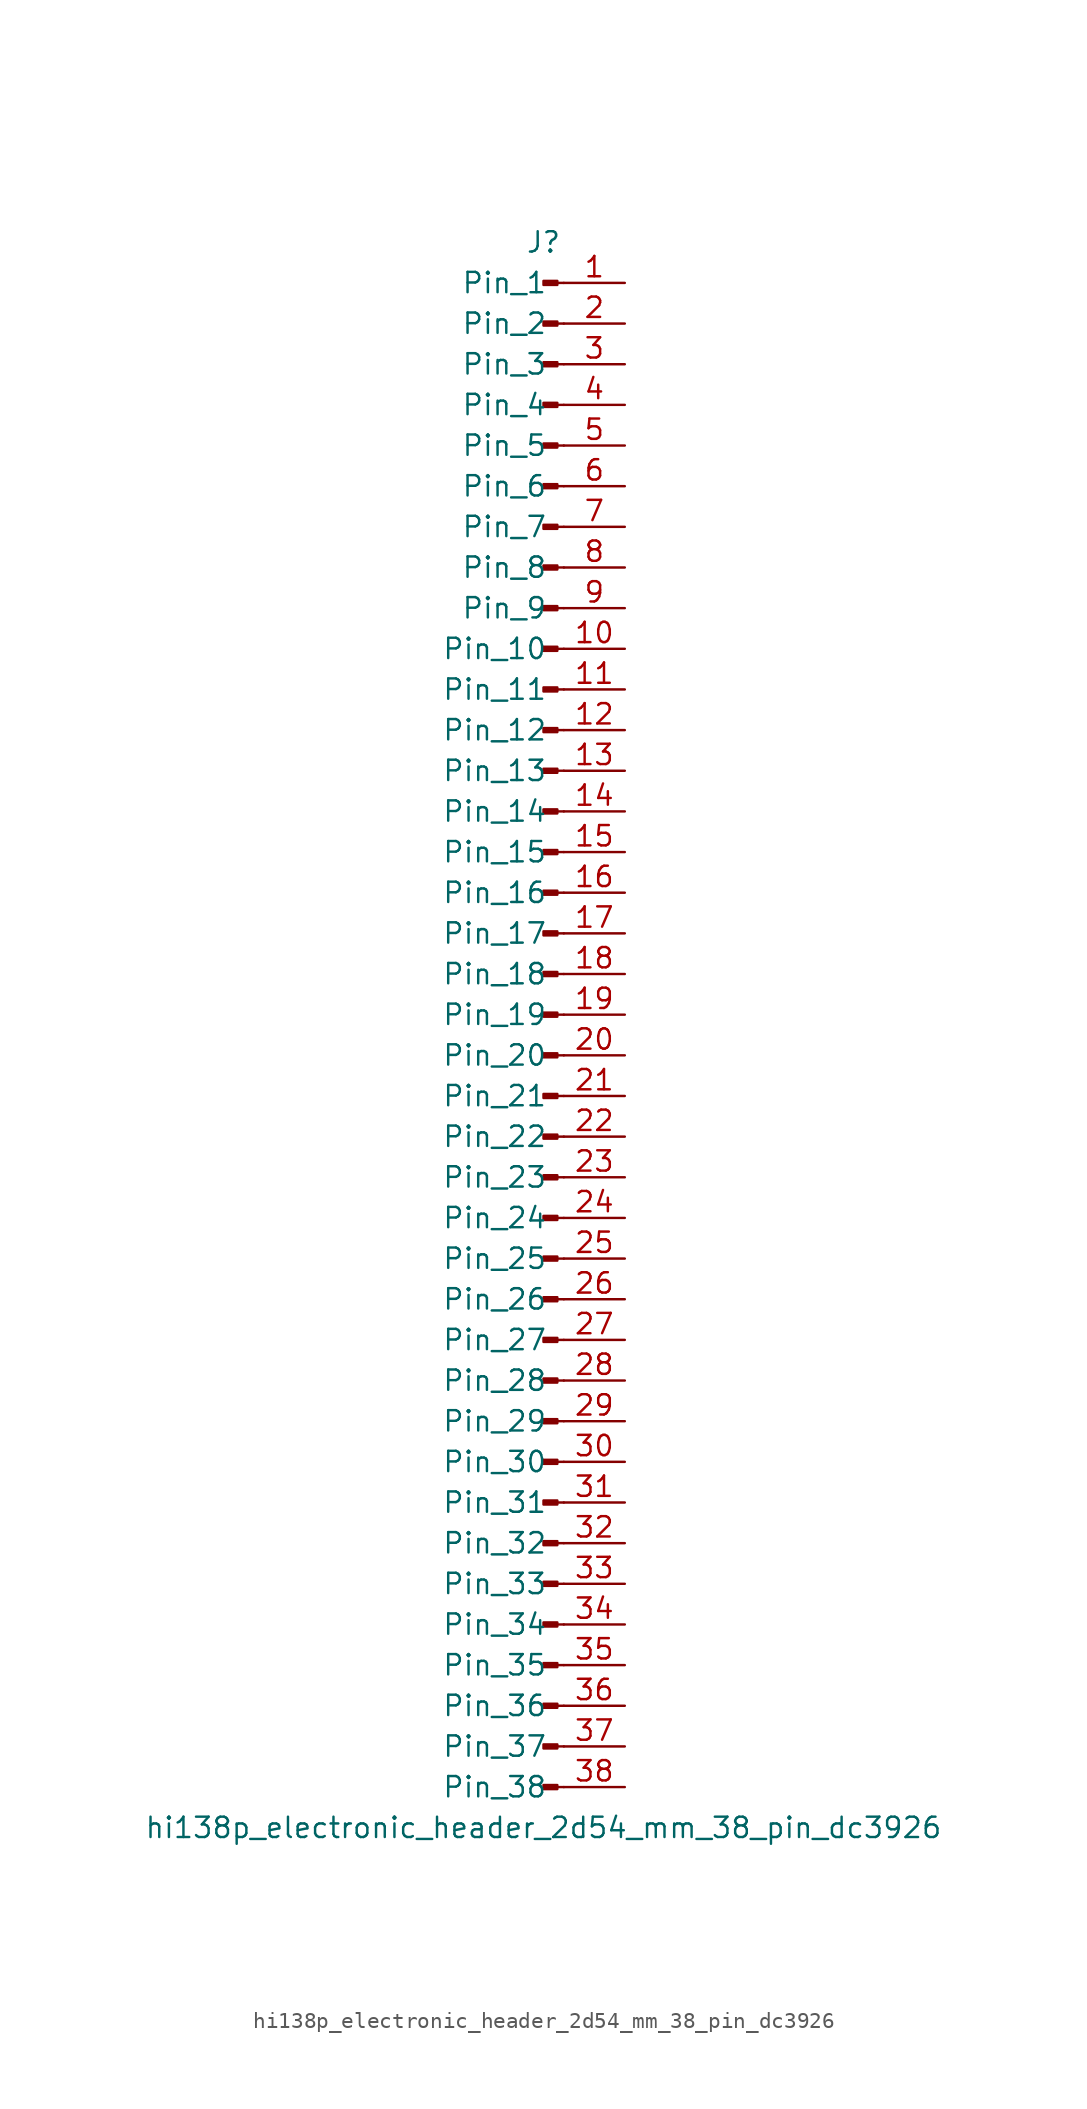
<source format=kicad_sym>
(kicad_symbol_lib
  (version 20220914)
  (generator kicad_symbol_editor)
  (symbol "hi138p_electronic_header_2d54_mm_38_pin_dc3926"
    (pin_names
      (offset 1.016))
    (property "Reference" "J"
      (at 0 48.26 0)
      (effects (font (size 1.27 1.27))))
    (property "Value" "hi138p_electronic_header_2d54_mm_38_pin_dc3926"
      (at 0 -50.8 0)
      (effects (font (size 1.27 1.27))))
    (property "ki_locked" ""
      (at 0 0 0)
      (effects (font (size 1.27 1.27))))
    (symbol "hi138p_electronic_header_2d54_mm_38_pin_dc3926_1_1"
      (polyline (pts (xy 1.27 -48.26) (xy 0.864 -48.26)) (stroke (width 0.152) (type default)) (fill (type none)))
      (polyline (pts (xy 1.27 -45.72) (xy 0.864 -45.72)) (stroke (width 0.152) (type default)) (fill (type none)))
      (polyline (pts (xy 1.27 -43.18) (xy 0.864 -43.18)) (stroke (width 0.152) (type default)) (fill (type none)))
      (polyline (pts (xy 1.27 -40.64) (xy 0.864 -40.64)) (stroke (width 0.152) (type default)) (fill (type none)))
      (polyline (pts (xy 1.27 -38.1) (xy 0.864 -38.1)) (stroke (width 0.152) (type default)) (fill (type none)))
      (polyline (pts (xy 1.27 -35.56) (xy 0.864 -35.56)) (stroke (width 0.152) (type default)) (fill (type none)))
      (polyline (pts (xy 1.27 -33.02) (xy 0.864 -33.02)) (stroke (width 0.152) (type default)) (fill (type none)))
      (polyline (pts (xy 1.27 -30.48) (xy 0.864 -30.48)) (stroke (width 0.152) (type default)) (fill (type none)))
      (polyline (pts (xy 1.27 -27.94) (xy 0.864 -27.94)) (stroke (width 0.152) (type default)) (fill (type none)))
      (polyline (pts (xy 1.27 -25.4) (xy 0.864 -25.4)) (stroke (width 0.152) (type default)) (fill (type none)))
      (polyline (pts (xy 1.27 -22.86) (xy 0.864 -22.86)) (stroke (width 0.152) (type default)) (fill (type none)))
      (polyline (pts (xy 1.27 -20.32) (xy 0.864 -20.32)) (stroke (width 0.152) (type default)) (fill (type none)))
      (polyline (pts (xy 1.27 -17.78) (xy 0.864 -17.78)) (stroke (width 0.152) (type default)) (fill (type none)))
      (polyline (pts (xy 1.27 -15.24) (xy 0.864 -15.24)) (stroke (width 0.152) (type default)) (fill (type none)))
      (polyline (pts (xy 1.27 -12.7) (xy 0.864 -12.7)) (stroke (width 0.152) (type default)) (fill (type none)))
      (polyline (pts (xy 1.27 -10.16) (xy 0.864 -10.16)) (stroke (width 0.152) (type default)) (fill (type none)))
      (polyline (pts (xy 1.27 -7.62) (xy 0.864 -7.62)) (stroke (width 0.152) (type default)) (fill (type none)))
      (polyline (pts (xy 1.27 -5.08) (xy 0.864 -5.08)) (stroke (width 0.152) (type default)) (fill (type none)))
      (polyline (pts (xy 1.27 -2.54) (xy 0.864 -2.54)) (stroke (width 0.152) (type default)) (fill (type none)))
      (polyline (pts (xy 1.27 0) (xy 0.864 0)) (stroke (width 0.152) (type default)) (fill (type none)))
      (polyline (pts (xy 1.27 2.54) (xy 0.864 2.54)) (stroke (width 0.152) (type default)) (fill (type none)))
      (polyline (pts (xy 1.27 5.08) (xy 0.864 5.08)) (stroke (width 0.152) (type default)) (fill (type none)))
      (polyline (pts (xy 1.27 7.62) (xy 0.864 7.62)) (stroke (width 0.152) (type default)) (fill (type none)))
      (polyline (pts (xy 1.27 10.16) (xy 0.864 10.16)) (stroke (width 0.152) (type default)) (fill (type none)))
      (polyline (pts (xy 1.27 12.7) (xy 0.864 12.7)) (stroke (width 0.152) (type default)) (fill (type none)))
      (polyline (pts (xy 1.27 15.24) (xy 0.864 15.24)) (stroke (width 0.152) (type default)) (fill (type none)))
      (polyline (pts (xy 1.27 17.78) (xy 0.864 17.78)) (stroke (width 0.152) (type default)) (fill (type none)))
      (polyline (pts (xy 1.27 20.32) (xy 0.864 20.32)) (stroke (width 0.152) (type default)) (fill (type none)))
      (polyline (pts (xy 1.27 22.86) (xy 0.864 22.86)) (stroke (width 0.152) (type default)) (fill (type none)))
      (polyline (pts (xy 1.27 25.4) (xy 0.864 25.4)) (stroke (width 0.152) (type default)) (fill (type none)))
      (polyline (pts (xy 1.27 27.94) (xy 0.864 27.94)) (stroke (width 0.152) (type default)) (fill (type none)))
      (polyline (pts (xy 1.27 30.48) (xy 0.864 30.48)) (stroke (width 0.152) (type default)) (fill (type none)))
      (polyline (pts (xy 1.27 33.02) (xy 0.864 33.02)) (stroke (width 0.152) (type default)) (fill (type none)))
      (polyline (pts (xy 1.27 35.56) (xy 0.864 35.56)) (stroke (width 0.152) (type default)) (fill (type none)))
      (polyline (pts (xy 1.27 38.1) (xy 0.864 38.1)) (stroke (width 0.152) (type default)) (fill (type none)))
      (polyline (pts (xy 1.27 40.64) (xy 0.864 40.64)) (stroke (width 0.152) (type default)) (fill (type none)))
      (polyline (pts (xy 1.27 43.18) (xy 0.864 43.18)) (stroke (width 0.152) (type default)) (fill (type none)))
      (polyline (pts (xy 1.27 45.72) (xy 0.864 45.72)) (stroke (width 0.152) (type default)) (fill (type none)))
      (rectangle (start 0.864 -48.133) (end 0 -48.387) (stroke (width 0.152) (type default)) (fill (type outline)))
      (rectangle (start 0.864 -45.593) (end 0 -45.847) (stroke (width 0.152) (type default)) (fill (type outline)))
      (rectangle (start 0.864 -43.053) (end 0 -43.307) (stroke (width 0.152) (type default)) (fill (type outline)))
      (rectangle (start 0.864 -40.513) (end 0 -40.767) (stroke (width 0.152) (type default)) (fill (type outline)))
      (rectangle (start 0.864 -37.973) (end 0 -38.227) (stroke (width 0.152) (type default)) (fill (type outline)))
      (rectangle (start 0.864 -35.433) (end 0 -35.687) (stroke (width 0.152) (type default)) (fill (type outline)))
      (rectangle (start 0.864 -32.893) (end 0 -33.147) (stroke (width 0.152) (type default)) (fill (type outline)))
      (rectangle (start 0.864 -30.353) (end 0 -30.607) (stroke (width 0.152) (type default)) (fill (type outline)))
      (rectangle (start 0.864 -27.813) (end 0 -28.067) (stroke (width 0.152) (type default)) (fill (type outline)))
      (rectangle (start 0.864 -25.273) (end 0 -25.527) (stroke (width 0.152) (type default)) (fill (type outline)))
      (rectangle (start 0.864 -22.733) (end 0 -22.987) (stroke (width 0.152) (type default)) (fill (type outline)))
      (rectangle (start 0.864 -20.193) (end 0 -20.447) (stroke (width 0.152) (type default)) (fill (type outline)))
      (rectangle (start 0.864 -17.653) (end 0 -17.907) (stroke (width 0.152) (type default)) (fill (type outline)))
      (rectangle (start 0.864 -15.113) (end 0 -15.367) (stroke (width 0.152) (type default)) (fill (type outline)))
      (rectangle (start 0.864 -12.573) (end 0 -12.827) (stroke (width 0.152) (type default)) (fill (type outline)))
      (rectangle (start 0.864 -10.033) (end 0 -10.287) (stroke (width 0.152) (type default)) (fill (type outline)))
      (rectangle (start 0.864 -7.493) (end 0 -7.747) (stroke (width 0.152) (type default)) (fill (type outline)))
      (rectangle (start 0.864 -4.953) (end 0 -5.207) (stroke (width 0.152) (type default)) (fill (type outline)))
      (rectangle (start 0.864 -2.413) (end 0 -2.667) (stroke (width 0.152) (type default)) (fill (type outline)))
      (rectangle (start 0.864 0.127) (end 0 -0.127) (stroke (width 0.152) (type default)) (fill (type outline)))
      (rectangle (start 0.864 2.667) (end 0 2.413) (stroke (width 0.152) (type default)) (fill (type outline)))
      (rectangle (start 0.864 5.207) (end 0 4.953) (stroke (width 0.152) (type default)) (fill (type outline)))
      (rectangle (start 0.864 7.747) (end 0 7.493) (stroke (width 0.152) (type default)) (fill (type outline)))
      (rectangle (start 0.864 10.287) (end 0 10.033) (stroke (width 0.152) (type default)) (fill (type outline)))
      (rectangle (start 0.864 12.827) (end 0 12.573) (stroke (width 0.152) (type default)) (fill (type outline)))
      (rectangle (start 0.864 15.367) (end 0 15.113) (stroke (width 0.152) (type default)) (fill (type outline)))
      (rectangle (start 0.864 17.907) (end 0 17.653) (stroke (width 0.152) (type default)) (fill (type outline)))
      (rectangle (start 0.864 20.447) (end 0 20.193) (stroke (width 0.152) (type default)) (fill (type outline)))
      (rectangle (start 0.864 22.987) (end 0 22.733) (stroke (width 0.152) (type default)) (fill (type outline)))
      (rectangle (start 0.864 25.527) (end 0 25.273) (stroke (width 0.152) (type default)) (fill (type outline)))
      (rectangle (start 0.864 28.067) (end 0 27.813) (stroke (width 0.152) (type default)) (fill (type outline)))
      (rectangle (start 0.864 30.607) (end 0 30.353) (stroke (width 0.152) (type default)) (fill (type outline)))
      (rectangle (start 0.864 33.147) (end 0 32.893) (stroke (width 0.152) (type default)) (fill (type outline)))
      (rectangle (start 0.864 35.687) (end 0 35.433) (stroke (width 0.152) (type default)) (fill (type outline)))
      (rectangle (start 0.864 38.227) (end 0 37.973) (stroke (width 0.152) (type default)) (fill (type outline)))
      (rectangle (start 0.864 40.767) (end 0 40.513) (stroke (width 0.152) (type default)) (fill (type outline)))
      (rectangle (start 0.864 43.307) (end 0 43.053) (stroke (width 0.152) (type default)) (fill (type outline)))
      (rectangle (start 0.864 45.847) (end 0 45.593) (stroke (width 0.152) (type default)) (fill (type outline)))
      (pin passive line (at 5.08 45.72 180) (length 3.81) (name "Pin_1" (effects (font (size 1.27 1.27)))) (number "1" (effects (font (size 1.27 1.27)))))
      (pin passive line (at 5.08 22.86 180) (length 3.81) (name "Pin_10" (effects (font (size 1.27 1.27)))) (number "10" (effects (font (size 1.27 1.27)))))
      (pin passive line (at 5.08 20.32 180) (length 3.81) (name "Pin_11" (effects (font (size 1.27 1.27)))) (number "11" (effects (font (size 1.27 1.27)))))
      (pin passive line (at 5.08 17.78 180) (length 3.81) (name "Pin_12" (effects (font (size 1.27 1.27)))) (number "12" (effects (font (size 1.27 1.27)))))
      (pin passive line (at 5.08 15.24 180) (length 3.81) (name "Pin_13" (effects (font (size 1.27 1.27)))) (number "13" (effects (font (size 1.27 1.27)))))
      (pin passive line (at 5.08 12.7 180) (length 3.81) (name "Pin_14" (effects (font (size 1.27 1.27)))) (number "14" (effects (font (size 1.27 1.27)))))
      (pin passive line (at 5.08 10.16 180) (length 3.81) (name "Pin_15" (effects (font (size 1.27 1.27)))) (number "15" (effects (font (size 1.27 1.27)))))
      (pin passive line (at 5.08 7.62 180) (length 3.81) (name "Pin_16" (effects (font (size 1.27 1.27)))) (number "16" (effects (font (size 1.27 1.27)))))
      (pin passive line (at 5.08 5.08 180) (length 3.81) (name "Pin_17" (effects (font (size 1.27 1.27)))) (number "17" (effects (font (size 1.27 1.27)))))
      (pin passive line (at 5.08 2.54 180) (length 3.81) (name "Pin_18" (effects (font (size 1.27 1.27)))) (number "18" (effects (font (size 1.27 1.27)))))
      (pin passive line (at 5.08 0 180) (length 3.81) (name "Pin_19" (effects (font (size 1.27 1.27)))) (number "19" (effects (font (size 1.27 1.27)))))
      (pin passive line (at 5.08 43.18 180) (length 3.81) (name "Pin_2" (effects (font (size 1.27 1.27)))) (number "2" (effects (font (size 1.27 1.27)))))
      (pin passive line (at 5.08 -2.54 180) (length 3.81) (name "Pin_20" (effects (font (size 1.27 1.27)))) (number "20" (effects (font (size 1.27 1.27)))))
      (pin passive line (at 5.08 -5.08 180) (length 3.81) (name "Pin_21" (effects (font (size 1.27 1.27)))) (number "21" (effects (font (size 1.27 1.27)))))
      (pin passive line (at 5.08 -7.62 180) (length 3.81) (name "Pin_22" (effects (font (size 1.27 1.27)))) (number "22" (effects (font (size 1.27 1.27)))))
      (pin passive line (at 5.08 -10.16 180) (length 3.81) (name "Pin_23" (effects (font (size 1.27 1.27)))) (number "23" (effects (font (size 1.27 1.27)))))
      (pin passive line (at 5.08 -12.7 180) (length 3.81) (name "Pin_24" (effects (font (size 1.27 1.27)))) (number "24" (effects (font (size 1.27 1.27)))))
      (pin passive line (at 5.08 -15.24 180) (length 3.81) (name "Pin_25" (effects (font (size 1.27 1.27)))) (number "25" (effects (font (size 1.27 1.27)))))
      (pin passive line (at 5.08 -17.78 180) (length 3.81) (name "Pin_26" (effects (font (size 1.27 1.27)))) (number "26" (effects (font (size 1.27 1.27)))))
      (pin passive line (at 5.08 -20.32 180) (length 3.81) (name "Pin_27" (effects (font (size 1.27 1.27)))) (number "27" (effects (font (size 1.27 1.27)))))
      (pin passive line (at 5.08 -22.86 180) (length 3.81) (name "Pin_28" (effects (font (size 1.27 1.27)))) (number "28" (effects (font (size 1.27 1.27)))))
      (pin passive line (at 5.08 -25.4 180) (length 3.81) (name "Pin_29" (effects (font (size 1.27 1.27)))) (number "29" (effects (font (size 1.27 1.27)))))
      (pin passive line (at 5.08 40.64 180) (length 3.81) (name "Pin_3" (effects (font (size 1.27 1.27)))) (number "3" (effects (font (size 1.27 1.27)))))
      (pin passive line (at 5.08 -27.94 180) (length 3.81) (name "Pin_30" (effects (font (size 1.27 1.27)))) (number "30" (effects (font (size 1.27 1.27)))))
      (pin passive line (at 5.08 -30.48 180) (length 3.81) (name "Pin_31" (effects (font (size 1.27 1.27)))) (number "31" (effects (font (size 1.27 1.27)))))
      (pin passive line (at 5.08 -33.02 180) (length 3.81) (name "Pin_32" (effects (font (size 1.27 1.27)))) (number "32" (effects (font (size 1.27 1.27)))))
      (pin passive line (at 5.08 -35.56 180) (length 3.81) (name "Pin_33" (effects (font (size 1.27 1.27)))) (number "33" (effects (font (size 1.27 1.27)))))
      (pin passive line (at 5.08 -38.1 180) (length 3.81) (name "Pin_34" (effects (font (size 1.27 1.27)))) (number "34" (effects (font (size 1.27 1.27)))))
      (pin passive line (at 5.08 -40.64 180) (length 3.81) (name "Pin_35" (effects (font (size 1.27 1.27)))) (number "35" (effects (font (size 1.27 1.27)))))
      (pin passive line (at 5.08 -43.18 180) (length 3.81) (name "Pin_36" (effects (font (size 1.27 1.27)))) (number "36" (effects (font (size 1.27 1.27)))))
      (pin passive line (at 5.08 -45.72 180) (length 3.81) (name "Pin_37" (effects (font (size 1.27 1.27)))) (number "37" (effects (font (size 1.27 1.27)))))
      (pin passive line (at 5.08 -48.26 180) (length 3.81) (name "Pin_38" (effects (font (size 1.27 1.27)))) (number "38" (effects (font (size 1.27 1.27)))))
      (pin passive line (at 5.08 38.1 180) (length 3.81) (name "Pin_4" (effects (font (size 1.27 1.27)))) (number "4" (effects (font (size 1.27 1.27)))))
      (pin passive line (at 5.08 35.56 180) (length 3.81) (name "Pin_5" (effects (font (size 1.27 1.27)))) (number "5" (effects (font (size 1.27 1.27)))))
      (pin passive line (at 5.08 33.02 180) (length 3.81) (name "Pin_6" (effects (font (size 1.27 1.27)))) (number "6" (effects (font (size 1.27 1.27)))))
      (pin passive line (at 5.08 30.48 180) (length 3.81) (name "Pin_7" (effects (font (size 1.27 1.27)))) (number "7" (effects (font (size 1.27 1.27)))))
      (pin passive line (at 5.08 27.94 180) (length 3.81) (name "Pin_8" (effects (font (size 1.27 1.27)))) (number "8" (effects (font (size 1.27 1.27)))))
      (pin passive line (at 5.08 25.4 180) (length 3.81) (name "Pin_9" (effects (font (size 1.27 1.27)))) (number "9" (effects (font (size 1.27 1.27))))))))
</source>
